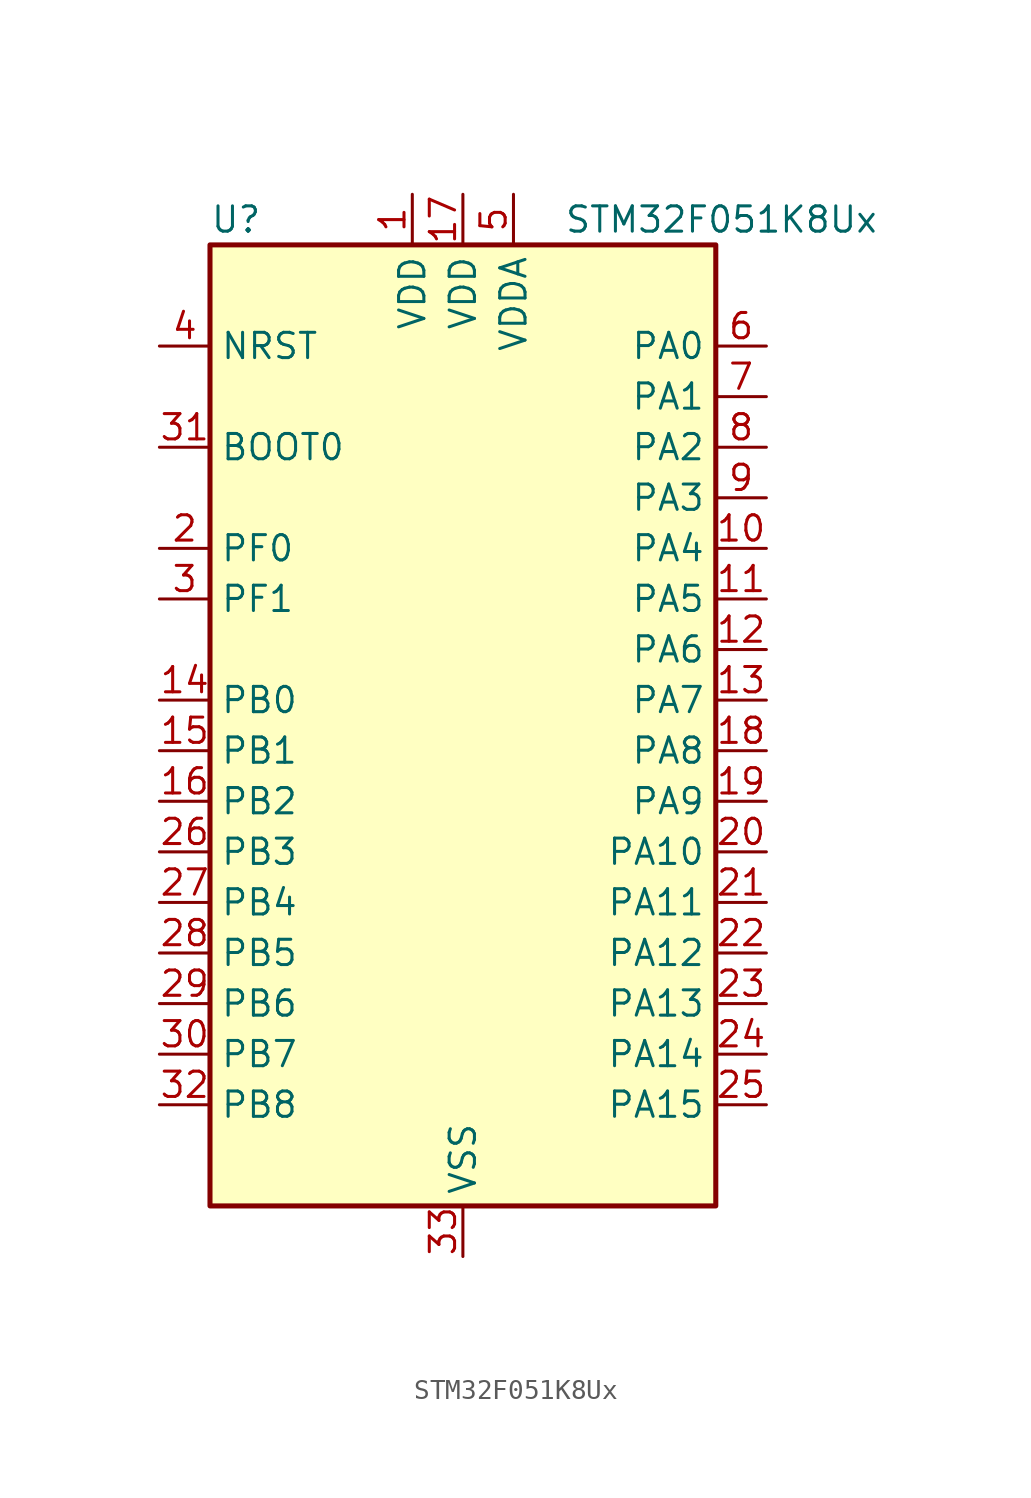
<source format=kicad_sym>
(kicad_symbol_lib
  (version 20241209)
  (generator "kicad_symbol_editor")
  (generator_version "9.0")
  (symbol "STM32F051K8Ux"
    (property "Reference" "U"
      (at -12.7 26.67 0)
      (effects (font (size 1.27 1.27)) (justify left)))
    (property "Value" "STM32F051K8Ux"
      (at 5.08 26.67 0)
      (effects (font (size 1.27 1.27)) (justify left)))
    (symbol "STM32F051K8Ux_0_1"
      (rectangle (start -12.7 -22.86) (end 12.7 25.4) (stroke (width 0.254) (type default)) (fill (type background))))
    (symbol "STM32F051K8Ux_1_1"
      (pin input line (at -15.24 20.32 0) (length 2.54) (name "NRST" (effects (font (size 1.27 1.27)))) (number "4" (effects (font (size 1.27 1.27)))))
      (pin input line (at -15.24 15.24 0) (length 2.54) (name "BOOT0" (effects (font (size 1.27 1.27)))) (number "31" (effects (font (size 1.27 1.27)))))
      (pin bidirectional line (at -15.24 10.16 0) (length 2.54) (name "PF0" (effects (font (size 1.27 1.27)))) (number "2" (effects (font (size 1.27 1.27)))) (alternate "RCC_OSC_IN" bidirectional line))
      (pin bidirectional line (at -15.24 7.62 0) (length 2.54) (name "PF1" (effects (font (size 1.27 1.27)))) (number "3" (effects (font (size 1.27 1.27)))) (alternate "RCC_OSC_OUT" bidirectional line))
      (pin bidirectional line (at -15.24 2.54 0) (length 2.54) (name "PB0" (effects (font (size 1.27 1.27)))) (number "14" (effects (font (size 1.27 1.27)))) (alternate "ADC_IN8" bidirectional line) (alternate "TIM1_CH2N" bidirectional line) (alternate "TIM3_CH3" bidirectional line) (alternate "TSC_G3_IO2" bidirectional line))
      (pin bidirectional line (at -15.24 0 0) (length 2.54) (name "PB1" (effects (font (size 1.27 1.27)))) (number "15" (effects (font (size 1.27 1.27)))) (alternate "ADC_IN9" bidirectional line) (alternate "TIM14_CH1" bidirectional line) (alternate "TIM1_CH3N" bidirectional line) (alternate "TIM3_CH4" bidirectional line) (alternate "TSC_G3_IO3" bidirectional line))
      (pin bidirectional line (at -15.24 -2.54 0) (length 2.54) (name "PB2" (effects (font (size 1.27 1.27)))) (number "16" (effects (font (size 1.27 1.27)))) (alternate "TSC_G3_IO4" bidirectional line))
      (pin bidirectional line (at -15.24 -5.08 0) (length 2.54) (name "PB3" (effects (font (size 1.27 1.27)))) (number "26" (effects (font (size 1.27 1.27)))) (alternate "I2S1_CK" bidirectional line) (alternate "SPI1_SCK" bidirectional line) (alternate "TIM2_CH2" bidirectional line) (alternate "TSC_G5_IO1" bidirectional line))
      (pin bidirectional line (at -15.24 -7.62 0) (length 2.54) (name "PB4" (effects (font (size 1.27 1.27)))) (number "27" (effects (font (size 1.27 1.27)))) (alternate "I2S1_MCK" bidirectional line) (alternate "SPI1_MISO" bidirectional line) (alternate "TIM3_CH1" bidirectional line) (alternate "TSC_G5_IO2" bidirectional line))
      (pin bidirectional line (at -15.24 -10.16 0) (length 2.54) (name "PB5" (effects (font (size 1.27 1.27)))) (number "28" (effects (font (size 1.27 1.27)))) (alternate "I2C1_SMBA" bidirectional line) (alternate "I2S1_SD" bidirectional line) (alternate "SPI1_MOSI" bidirectional line) (alternate "TIM16_BKIN" bidirectional line) (alternate "TIM3_CH2" bidirectional line))
      (pin bidirectional line (at -15.24 -12.7 0) (length 2.54) (name "PB6" (effects (font (size 1.27 1.27)))) (number "29" (effects (font (size 1.27 1.27)))) (alternate "I2C1_SCL" bidirectional line) (alternate "TIM16_CH1N" bidirectional line) (alternate "TSC_G5_IO3" bidirectional line) (alternate "USART1_TX" bidirectional line))
      (pin bidirectional line (at -15.24 -15.24 0) (length 2.54) (name "PB7" (effects (font (size 1.27 1.27)))) (number "30" (effects (font (size 1.27 1.27)))) (alternate "I2C1_SDA" bidirectional line) (alternate "TIM17_CH1N" bidirectional line) (alternate "TSC_G5_IO4" bidirectional line) (alternate "USART1_RX" bidirectional line))
      (pin bidirectional line (at -15.24 -17.78 0) (length 2.54) (name "PB8" (effects (font (size 1.27 1.27)))) (number "32" (effects (font (size 1.27 1.27)))) (alternate "CEC" bidirectional line) (alternate "I2C1_SCL" bidirectional line) (alternate "TIM16_CH1" bidirectional line) (alternate "TSC_SYNC" bidirectional line))
      (pin power_in line (at -2.54 27.94 270) (length 2.54) (name "VDD" (effects (font (size 1.27 1.27)))) (number "1" (effects (font (size 1.27 1.27)))))
      (pin power_in line (at 0 27.94 270) (length 2.54) (name "VDD" (effects (font (size 1.27 1.27)))) (number "17" (effects (font (size 1.27 1.27)))))
      (pin power_in line (at 0 -25.4 90) (length 2.54) (name "VSS" (effects (font (size 1.27 1.27)))) (number "33" (effects (font (size 1.27 1.27)))))
      (pin power_in line (at 2.54 27.94 270) (length 2.54) (name "VDDA" (effects (font (size 1.27 1.27)))) (number "5" (effects (font (size 1.27 1.27)))))
      (pin bidirectional line (at 15.24 20.32 180) (length 2.54) (name "PA0" (effects (font (size 1.27 1.27)))) (number "6" (effects (font (size 1.27 1.27)))) (alternate "ADC_IN0" bidirectional line) (alternate "COMP1_INM" bidirectional line) (alternate "COMP1_OUT" bidirectional line) (alternate "RTC_TAMP2" bidirectional line) (alternate "SYS_WKUP1" bidirectional line) (alternate "TIM2_CH1" bidirectional line) (alternate "TIM2_ETR" bidirectional line) (alternate "TSC_G1_IO1" bidirectional line) (alternate "USART2_CTS" bidirectional line))
      (pin bidirectional line (at 15.24 17.78 180) (length 2.54) (name "PA1" (effects (font (size 1.27 1.27)))) (number "7" (effects (font (size 1.27 1.27)))) (alternate "ADC_IN1" bidirectional line) (alternate "COMP1_INP" bidirectional line) (alternate "TIM2_CH2" bidirectional line) (alternate "TSC_G1_IO2" bidirectional line) (alternate "USART2_DE" bidirectional line) (alternate "USART2_RTS" bidirectional line))
      (pin bidirectional line (at 15.24 15.24 180) (length 2.54) (name "PA2" (effects (font (size 1.27 1.27)))) (number "8" (effects (font (size 1.27 1.27)))) (alternate "ADC_IN2" bidirectional line) (alternate "COMP2_INM" bidirectional line) (alternate "COMP2_OUT" bidirectional line) (alternate "TIM15_CH1" bidirectional line) (alternate "TIM2_CH3" bidirectional line) (alternate "TSC_G1_IO3" bidirectional line) (alternate "USART2_TX" bidirectional line))
      (pin bidirectional line (at 15.24 12.7 180) (length 2.54) (name "PA3" (effects (font (size 1.27 1.27)))) (number "9" (effects (font (size 1.27 1.27)))) (alternate "ADC_IN3" bidirectional line) (alternate "COMP2_INP" bidirectional line) (alternate "TIM15_CH2" bidirectional line) (alternate "TIM2_CH4" bidirectional line) (alternate "TSC_G1_IO4" bidirectional line) (alternate "USART2_RX" bidirectional line))
      (pin bidirectional line (at 15.24 10.16 180) (length 2.54) (name "PA4" (effects (font (size 1.27 1.27)))) (number "10" (effects (font (size 1.27 1.27)))) (alternate "ADC_IN4" bidirectional line) (alternate "COMP1_INM" bidirectional line) (alternate "COMP2_INM" bidirectional line) (alternate "DAC1_OUT1" bidirectional line) (alternate "I2S1_WS" bidirectional line) (alternate "SPI1_NSS" bidirectional line) (alternate "TIM14_CH1" bidirectional line) (alternate "TSC_G2_IO1" bidirectional line) (alternate "USART2_CK" bidirectional line))
      (pin bidirectional line (at 15.24 7.62 180) (length 2.54) (name "PA5" (effects (font (size 1.27 1.27)))) (number "11" (effects (font (size 1.27 1.27)))) (alternate "ADC_IN5" bidirectional line) (alternate "CEC" bidirectional line) (alternate "COMP1_INM" bidirectional line) (alternate "COMP2_INM" bidirectional line) (alternate "I2S1_CK" bidirectional line) (alternate "SPI1_SCK" bidirectional line) (alternate "TIM2_CH1" bidirectional line) (alternate "TIM2_ETR" bidirectional line) (alternate "TSC_G2_IO2" bidirectional line))
      (pin bidirectional line (at 15.24 5.08 180) (length 2.54) (name "PA6" (effects (font (size 1.27 1.27)))) (number "12" (effects (font (size 1.27 1.27)))) (alternate "ADC_IN6" bidirectional line) (alternate "COMP1_OUT" bidirectional line) (alternate "I2S1_MCK" bidirectional line) (alternate "SPI1_MISO" bidirectional line) (alternate "TIM16_CH1" bidirectional line) (alternate "TIM1_BKIN" bidirectional line) (alternate "TIM3_CH1" bidirectional line) (alternate "TSC_G2_IO3" bidirectional line))
      (pin bidirectional line (at 15.24 2.54 180) (length 2.54) (name "PA7" (effects (font (size 1.27 1.27)))) (number "13" (effects (font (size 1.27 1.27)))) (alternate "ADC_IN7" bidirectional line) (alternate "COMP2_OUT" bidirectional line) (alternate "I2S1_SD" bidirectional line) (alternate "SPI1_MOSI" bidirectional line) (alternate "TIM14_CH1" bidirectional line) (alternate "TIM17_CH1" bidirectional line) (alternate "TIM1_CH1N" bidirectional line) (alternate "TIM3_CH2" bidirectional line) (alternate "TSC_G2_IO4" bidirectional line))
      (pin bidirectional line (at 15.24 0 180) (length 2.54) (name "PA8" (effects (font (size 1.27 1.27)))) (number "18" (effects (font (size 1.27 1.27)))) (alternate "RCC_MCO" bidirectional line) (alternate "TIM1_CH1" bidirectional line) (alternate "USART1_CK" bidirectional line))
      (pin bidirectional line (at 15.24 -2.54 180) (length 2.54) (name "PA9" (effects (font (size 1.27 1.27)))) (number "19" (effects (font (size 1.27 1.27)))) (alternate "DAC1_EXTI9" bidirectional line) (alternate "TIM15_BKIN" bidirectional line) (alternate "TIM1_CH2" bidirectional line) (alternate "TSC_G4_IO1" bidirectional line) (alternate "USART1_TX" bidirectional line))
      (pin bidirectional line (at 15.24 -5.08 180) (length 2.54) (name "PA10" (effects (font (size 1.27 1.27)))) (number "20" (effects (font (size 1.27 1.27)))) (alternate "TIM17_BKIN" bidirectional line) (alternate "TIM1_CH3" bidirectional line) (alternate "TSC_G4_IO2" bidirectional line) (alternate "USART1_RX" bidirectional line))
      (pin bidirectional line (at 15.24 -7.62 180) (length 2.54) (name "PA11" (effects (font (size 1.27 1.27)))) (number "21" (effects (font (size 1.27 1.27)))) (alternate "COMP1_OUT" bidirectional line) (alternate "TIM1_CH4" bidirectional line) (alternate "TSC_G4_IO3" bidirectional line) (alternate "USART1_CTS" bidirectional line))
      (pin bidirectional line (at 15.24 -10.16 180) (length 2.54) (name "PA12" (effects (font (size 1.27 1.27)))) (number "22" (effects (font (size 1.27 1.27)))) (alternate "COMP2_OUT" bidirectional line) (alternate "TIM1_ETR" bidirectional line) (alternate "TSC_G4_IO4" bidirectional line) (alternate "USART1_DE" bidirectional line) (alternate "USART1_RTS" bidirectional line))
      (pin bidirectional line (at 15.24 -12.7 180) (length 2.54) (name "PA13" (effects (font (size 1.27 1.27)))) (number "23" (effects (font (size 1.27 1.27)))) (alternate "IR_OUT" bidirectional line) (alternate "SYS_SWDIO" bidirectional line))
      (pin bidirectional line (at 15.24 -15.24 180) (length 2.54) (name "PA14" (effects (font (size 1.27 1.27)))) (number "24" (effects (font (size 1.27 1.27)))) (alternate "SYS_SWCLK" bidirectional line) (alternate "USART2_TX" bidirectional line))
      (pin bidirectional line (at 15.24 -17.78 180) (length 2.54) (name "PA15" (effects (font (size 1.27 1.27)))) (number "25" (effects (font (size 1.27 1.27)))) (alternate "I2S1_WS" bidirectional line) (alternate "SPI1_NSS" bidirectional line) (alternate "TIM2_CH1" bidirectional line) (alternate "TIM2_ETR" bidirectional line) (alternate "USART2_RX" bidirectional line)))))
</source>
